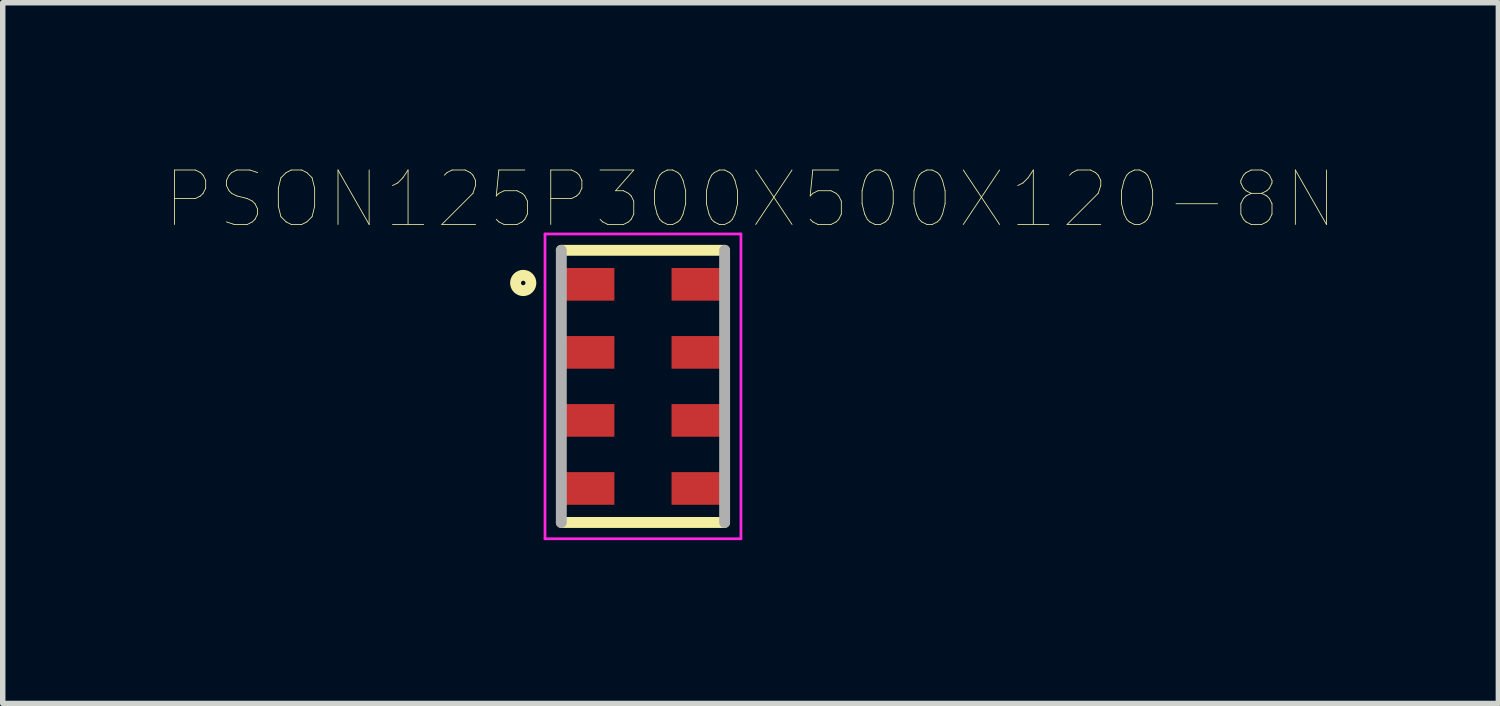
<source format=kicad_pcb>
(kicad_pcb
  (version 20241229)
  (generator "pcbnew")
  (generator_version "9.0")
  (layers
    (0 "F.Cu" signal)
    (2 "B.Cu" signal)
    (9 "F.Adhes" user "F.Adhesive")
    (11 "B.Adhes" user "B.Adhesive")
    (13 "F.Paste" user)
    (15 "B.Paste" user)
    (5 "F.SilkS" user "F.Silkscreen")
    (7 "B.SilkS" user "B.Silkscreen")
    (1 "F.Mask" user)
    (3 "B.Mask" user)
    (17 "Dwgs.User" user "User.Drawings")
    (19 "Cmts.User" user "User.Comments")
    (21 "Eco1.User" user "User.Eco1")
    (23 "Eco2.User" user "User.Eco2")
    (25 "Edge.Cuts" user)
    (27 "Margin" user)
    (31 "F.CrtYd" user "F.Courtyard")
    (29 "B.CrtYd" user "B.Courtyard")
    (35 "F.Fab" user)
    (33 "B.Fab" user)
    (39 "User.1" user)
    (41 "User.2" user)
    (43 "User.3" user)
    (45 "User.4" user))
  (footprint "PSON125P300X500X120-8N"
    (layer "F.Cu")
    (at 8.763 4.049)
    (property "Reference" "PSON125P300X500X120-8N" (at 1.976 -3.437 0) (layer "F.SilkS") (effects (font (size 1.001 1.001) (thickness 0.015))))
    (attr through_hole)
    (fp_line (start -1.5 -2.5) (end 1.5 -2.5) (stroke (width 0.2) (type solid)) (layer "F.SilkS"))
    (fp_line (start 1.5 2.5) (end -1.5 2.5) (stroke (width 0.2) (type solid)) (layer "F.SilkS"))
    (fp_circle (center -2.2 -1.9) (end -2.059 -1.9) (stroke (width 0.2) (type solid)) (fill no) (layer "F.SilkS"))
    (fp_line (start -1.8 -2.8) (end 1.8 -2.8) (stroke (width 0.05) (type solid)) (layer "F.CrtYd"))
    (fp_line (start -1.8 2.8) (end -1.8 -2.8) (stroke (width 0.05) (type solid)) (layer "F.CrtYd"))
    (fp_line (start 1.8 -2.8) (end 1.8 2.8) (stroke (width 0.05) (type solid)) (layer "F.CrtYd"))
    (fp_line (start 1.8 2.8) (end -1.8 2.8) (stroke (width 0.05) (type solid)) (layer "F.CrtYd"))
    (fp_line (start -1.5 2.5) (end -1.5 -2.5) (stroke (width 0.2) (type solid)) (layer "F.Fab"))
    (fp_line (start 1.5 -2.5) (end 1.5 2.5) (stroke (width 0.2) (type solid)) (layer "F.Fab"))
    (pad "1" smd rect (at -1 -1.875) (size 0.95 0.6) (layers "F.Cu" "F.Mask" "F.Paste"))
    (pad "2" smd rect (at -1 -0.625) (size 0.95 0.6) (layers "F.Cu" "F.Mask" "F.Paste"))
    (pad "3" smd rect (at -1 0.625) (size 0.95 0.6) (layers "F.Cu" "F.Mask" "F.Paste"))
    (pad "4" smd rect (at -1 1.875) (size 0.95 0.6) (layers "F.Cu" "F.Mask" "F.Paste"))
    (pad "5" smd rect (at 1 1.875) (size 0.95 0.6) (layers "F.Cu" "F.Mask" "F.Paste"))
    (pad "6" smd rect (at 1 0.625) (size 0.95 0.6) (layers "F.Cu" "F.Mask" "F.Paste"))
    (pad "7" smd rect (at 1 -0.625) (size 0.95 0.6) (layers "F.Cu" "F.Mask" "F.Paste"))
    (pad "8" smd rect (at 1 -1.875) (size 0.95 0.6) (layers "F.Cu" "F.Mask" "F.Paste")))
  (gr_rect
    (start -3 -3)
    (end 24.479 9.874)
    (stroke (width 0.1) (type default))
    (fill no)
    (layer "Edge.Cuts")))
</source>
